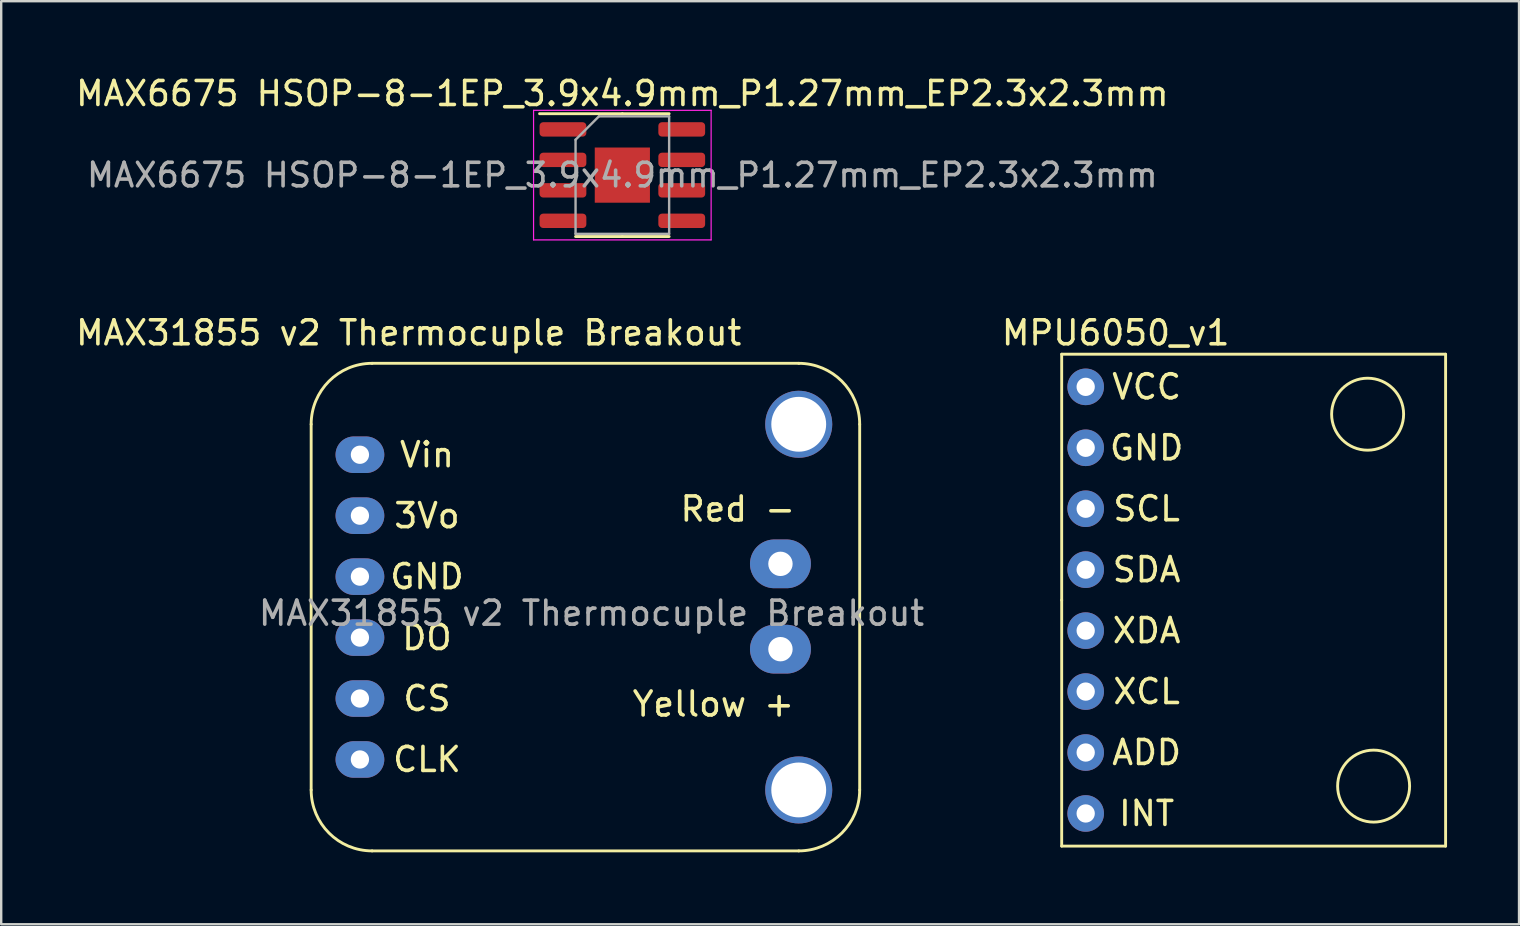
<source format=kicad_pcb>
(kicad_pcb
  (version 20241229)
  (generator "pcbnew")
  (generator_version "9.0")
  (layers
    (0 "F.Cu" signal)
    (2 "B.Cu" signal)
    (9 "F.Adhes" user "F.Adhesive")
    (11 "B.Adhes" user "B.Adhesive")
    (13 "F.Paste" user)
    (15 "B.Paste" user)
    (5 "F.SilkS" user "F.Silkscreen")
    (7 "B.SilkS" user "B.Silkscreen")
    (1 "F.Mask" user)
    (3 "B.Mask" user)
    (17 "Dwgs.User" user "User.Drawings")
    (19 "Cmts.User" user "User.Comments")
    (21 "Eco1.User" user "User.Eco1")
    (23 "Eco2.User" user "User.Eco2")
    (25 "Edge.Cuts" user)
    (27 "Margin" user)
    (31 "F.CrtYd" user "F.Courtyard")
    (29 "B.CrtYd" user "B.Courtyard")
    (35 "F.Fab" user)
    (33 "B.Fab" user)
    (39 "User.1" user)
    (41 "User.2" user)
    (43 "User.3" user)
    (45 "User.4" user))
  (footprint "MAX31855 v2 Thermocuple Breakout"
    (layer "F.Cu")
    (at 11.95 15.902)
    (property "Reference" "MAX31855 v2 Thermocuple Breakout" (at 2.032 -5.08 0) (unlocked yes) (layer "F.SilkS") (effects (font (size 1 1) (thickness 0.15))))
    (attr through_hole)
    (fp_line (start -2.032 13.97) (end -2.032 -1.27) (stroke (width 0.12) (type solid)) (layer "F.SilkS"))
    (fp_line (start 0.508 -3.81) (end 18.288 -3.81) (stroke (width 0.12) (type solid)) (layer "F.SilkS"))
    (fp_line (start 18.288 16.51) (end 0.508 16.51) (stroke (width 0.12) (type solid)) (layer "F.SilkS"))
    (fp_line (start 20.828 -1.27) (end 20.828 13.97) (stroke (width 0.12) (type solid)) (layer "F.SilkS"))
    (fp_arc (start -2.032 -1.27) (mid -1.288051 -3.066051) (end 0.508 -3.81) (stroke (width 0.12) (type solid)) (layer "F.SilkS"))
    (fp_arc (start 0.508 16.51) (mid -1.288051 15.766051) (end -2.032 13.97) (stroke (width 0.12) (type solid)) (layer "F.SilkS"))
    (fp_arc (start 18.288 -3.81) (mid 20.084051 -3.066051) (end 20.828 -1.27) (stroke (width 0.12) (type solid)) (layer "F.SilkS"))
    (fp_arc (start 20.828 13.97) (mid 20.084051 15.766051) (end 18.288 16.51) (stroke (width 0.12) (type solid)) (layer "F.SilkS"))
    (fp_text user "DO" (at 2.794 7.62 0) (unlocked yes) (layer "F.SilkS") (effects (font (size 1 1) (thickness 0.15))))
    (fp_text user "Red -" (at 15.748 2.261 0) (unlocked yes) (layer "F.SilkS") (effects (font (size 1 1) (thickness 0.15))))
    (fp_text user "GND" (at 2.794 5.08 0) (unlocked yes) (layer "F.SilkS") (effects (font (size 1 1) (thickness 0.15))))
    (fp_text user "Vin" (at 2.794 0 0) (unlocked yes) (layer "F.SilkS") (effects (font (size 1 1) (thickness 0.15))))
    (fp_text user "CS" (at 2.794 10.16 0) (unlocked yes) (layer "F.SilkS") (effects (font (size 1 1) (thickness 0.15))))
    (fp_text user "CLK" (at 2.794 12.7 0) (unlocked yes) (layer "F.SilkS") (effects (font (size 1 1) (thickness 0.15))))
    (fp_text user "3Vo" (at 2.794 2.54 0) (unlocked yes) (layer "F.SilkS") (effects (font (size 1 1) (thickness 0.15))))
    (fp_text user "Yellow +" (at 14.732 10.389 0) (unlocked yes) (layer "F.SilkS") (effects (font (size 1 1) (thickness 0.15))))
    (fp_text user "${REFERENCE}" (at 9.652 6.604 0) (unlocked yes) (layer "F.Fab") (effects (font (size 1 1) (thickness 0.15))))
    (pad "" np_thru_hole circle (at 18.288 -1.27) (size 2.794 2.794) (drill 2.286) (layers "*.Cu" "*.Mask"))
    (pad "" np_thru_hole circle (at 18.288 13.97) (size 2.794 2.794) (drill 2.286) (layers "*.Cu" "*.Mask"))
    (pad "1" thru_hole oval (at 0 0) (size 2.032 1.524) (drill 0.762) (layers "*.Cu" "*.Mask"))
    (pad "2" thru_hole oval (at 0 2.54) (size 2.032 1.524) (drill 0.762) (layers "*.Cu" "*.Mask"))
    (pad "3" thru_hole oval (at 0 5.08) (size 2.032 1.524) (drill 0.762) (layers "*.Cu" "*.Mask"))
    (pad "4" thru_hole oval (at 0 7.62) (size 2.032 1.524) (drill 0.762) (layers "*.Cu" "*.Mask"))
    (pad "5" thru_hole oval (at 0 10.16) (size 2.032 1.524) (drill 0.762) (layers "*.Cu" "*.Mask"))
    (pad "6" thru_hole oval (at 0 12.7) (size 2.032 1.524) (drill 0.762) (layers "*.Cu" "*.Mask"))
    (pad "7" thru_hole oval (at 17.526 4.547) (size 2.54 2.032) (drill 1.016) (layers "*.Cu" "*.Mask"))
    (pad "8" thru_hole oval (at 17.526 8.103) (size 2.54 2.032) (drill 1.016) (layers "*.Cu" "*.Mask")))
  (footprint "MPU6050_v1"
    (layer "F.Cu")
    (at 42.197 13.072)
    (property "Reference" "MPU6050_v1" (at 1.25 -2.25 0) (layer "F.SilkS") (effects (font (size 1 1) (thickness 0.15))))
    (attr through_hole)
    (fp_line (start -1 -1.36) (end 15 -1.36) (stroke (width 0.12) (type solid)) (layer "F.SilkS"))
    (fp_line (start -1 8.89) (end -1 -1.36) (stroke (width 0.12) (type solid)) (layer "F.SilkS"))
    (fp_line (start -1 19.14) (end -1 8.89) (stroke (width 0.12) (type solid)) (layer "F.SilkS"))
    (fp_line (start 15 -1.36) (end 15 19.14) (stroke (width 0.12) (type solid)) (layer "F.SilkS"))
    (fp_line (start 15 19.14) (end -1 19.14) (stroke (width 0.12) (type solid)) (layer "F.SilkS"))
    (fp_circle (center 11.75 1.14) (end 13.25 1.14) (stroke (width 0.12) (type solid)) (fill no) (layer "F.SilkS"))
    (fp_circle (center 12 16.64) (end 13.5 16.64) (stroke (width 0.12) (type solid)) (fill no) (layer "F.SilkS"))
    (fp_text user "GND" (at 2.54 2.54 0) (layer "F.SilkS") (effects (font (size 1 1) (thickness 0.15))))
    (fp_text user "VCC" (at 2.54 0 0) (layer "F.SilkS") (effects (font (size 1 1) (thickness 0.15))))
    (fp_text user "XCL" (at 2.54 12.7 0) (layer "F.SilkS") (effects (font (size 1 1) (thickness 0.15))))
    (fp_text user "XDA" (at 2.54 10.16 0) (layer "F.SilkS") (effects (font (size 1 1) (thickness 0.15))))
    (fp_text user "ADD" (at 2.54 15.24 0) (layer "F.SilkS") (effects (font (size 1 1) (thickness 0.15))))
    (fp_text user "SDA" (at 2.54 7.62 0) (layer "F.SilkS") (effects (font (size 1 1) (thickness 0.15))))
    (fp_text user "SCL" (at 2.54 5.08 0) (layer "F.SilkS") (effects (font (size 1 1) (thickness 0.15))))
    (fp_text user "INT" (at 2.54 17.78 0) (layer "F.SilkS") (effects (font (size 1 1) (thickness 0.15))))
    (pad "1" thru_hole circle (at 0 0) (size 1.524 1.524) (drill 0.762) (layers "*.Cu" "*.Mask"))
    (pad "2" thru_hole circle (at 0 2.54) (size 1.524 1.524) (drill 0.762) (layers "*.Cu" "*.Mask"))
    (pad "3" thru_hole circle (at 0 5.08) (size 1.524 1.524) (drill 0.762) (layers "*.Cu" "*.Mask"))
    (pad "4" thru_hole circle (at 0 7.62) (size 1.524 1.524) (drill 0.762) (layers "*.Cu" "*.Mask"))
    (pad "5" thru_hole circle (at 0 10.16) (size 1.524 1.524) (drill 0.762) (layers "*.Cu" "*.Mask"))
    (pad "6" thru_hole circle (at 0 12.7) (size 1.524 1.524) (drill 0.762) (layers "*.Cu" "*.Mask"))
    (pad "7" thru_hole circle (at 0 15.24) (size 1.524 1.524) (drill 0.762) (layers "*.Cu" "*.Mask"))
    (pad "8" thru_hole circle (at 0 17.78) (size 1.524 1.524) (drill 0.762) (layers "*.Cu" "*.Mask")))
  (footprint "MAX6675 HSOP-8-1EP_3.9x4.9mm_P1.27mm_EP2.3x2.3mm"
    (layer "F.Cu")
    (at 22.887 4.248)
    (property "Reference" "MAX6675 HSOP-8-1EP_3.9x4.9mm_P1.27mm_EP2.3x2.3mm" (at 0 -3.4 0) (layer "F.SilkS") (effects (font (size 1 1) (thickness 0.15))))
    (attr smd)
    (fp_line (start 0 -2.56) (end -3.45 -2.56) (stroke (width 0.12) (type solid)) (layer "F.SilkS"))
    (fp_line (start 0 -2.56) (end 1.95 -2.56) (stroke (width 0.12) (type solid)) (layer "F.SilkS"))
    (fp_line (start 0 2.56) (end -1.95 2.56) (stroke (width 0.12) (type solid)) (layer "F.SilkS"))
    (fp_line (start 0 2.56) (end 1.95 2.56) (stroke (width 0.12) (type solid)) (layer "F.SilkS"))
    (fp_line (start -3.7 -2.7) (end -3.7 2.7) (stroke (width 0.05) (type solid)) (layer "F.CrtYd"))
    (fp_line (start -3.7 2.7) (end 3.7 2.7) (stroke (width 0.05) (type solid)) (layer "F.CrtYd"))
    (fp_line (start 3.7 -2.7) (end -3.7 -2.7) (stroke (width 0.05) (type solid)) (layer "F.CrtYd"))
    (fp_line (start 3.7 2.7) (end 3.7 -2.7) (stroke (width 0.05) (type solid)) (layer "F.CrtYd"))
    (fp_line (start -1.95 -1.475) (end -0.975 -2.45) (stroke (width 0.1) (type solid)) (layer "F.Fab"))
    (fp_line (start -1.95 2.45) (end -1.95 -1.475) (stroke (width 0.1) (type solid)) (layer "F.Fab"))
    (fp_line (start -0.975 -2.45) (end 1.95 -2.45) (stroke (width 0.1) (type solid)) (layer "F.Fab"))
    (fp_line (start 1.95 -2.45) (end 1.95 2.45) (stroke (width 0.1) (type solid)) (layer "F.Fab"))
    (fp_line (start 1.95 2.45) (end -1.95 2.45) (stroke (width 0.1) (type solid)) (layer "F.Fab"))
    (fp_text user "${REFERENCE}" (at 0 0 0) (layer "F.Fab") (effects (font (size 0.98 0.98) (thickness 0.15))))
    (pad "" smd roundrect (at -0.575 -0.575) (size 0.93 0.93) (layers "F.Paste") (roundrect_rratio 0.25))
    (pad "" smd roundrect (at -0.575 0.575) (size 0.93 0.93) (layers "F.Paste") (roundrect_rratio 0.25))
    (pad "" smd roundrect (at 0.575 -0.575) (size 0.93 0.93) (layers "F.Paste") (roundrect_rratio 0.25))
    (pad "" smd roundrect (at 0.575 0.575) (size 0.93 0.93) (layers "F.Paste") (roundrect_rratio 0.25))
    (pad "1" smd roundrect (at -2.475 -1.905) (size 1.95 0.6) (layers "F.Cu" "F.Mask" "F.Paste") (roundrect_rratio 0.25))
    (pad "2" smd roundrect (at -2.475 -0.635) (size 1.95 0.6) (layers "F.Cu" "F.Mask" "F.Paste") (roundrect_rratio 0.25))
    (pad "3" smd roundrect (at -2.475 0.635) (size 1.95 0.6) (layers "F.Cu" "F.Mask" "F.Paste") (roundrect_rratio 0.25))
    (pad "4" smd roundrect (at -2.475 1.905) (size 1.95 0.6) (layers "F.Cu" "F.Mask" "F.Paste") (roundrect_rratio 0.25))
    (pad "5" smd roundrect (at 2.475 1.905) (size 1.95 0.6) (layers "F.Cu" "F.Mask" "F.Paste") (roundrect_rratio 0.25))
    (pad "6" smd roundrect (at 2.475 0.635) (size 1.95 0.6) (layers "F.Cu" "F.Mask" "F.Paste") (roundrect_rratio 0.25))
    (pad "7" smd roundrect (at 2.475 -0.635) (size 1.95 0.6) (layers "F.Cu" "F.Mask" "F.Paste") (roundrect_rratio 0.25))
    (pad "8" smd roundrect (at 2.475 -1.905) (size 1.95 0.6) (layers "F.Cu" "F.Mask" "F.Paste") (roundrect_rratio 0.25))
    (pad "9" smd rect (at 0 0) (size 2.3 2.3) (layers "F.Cu" "F.Mask")))
  (gr_rect
    (start -3 -3)
    (end 60.257 35.471)
    (stroke (width 0.1) (type default))
    (fill no)
    (layer "Edge.Cuts")))
</source>
